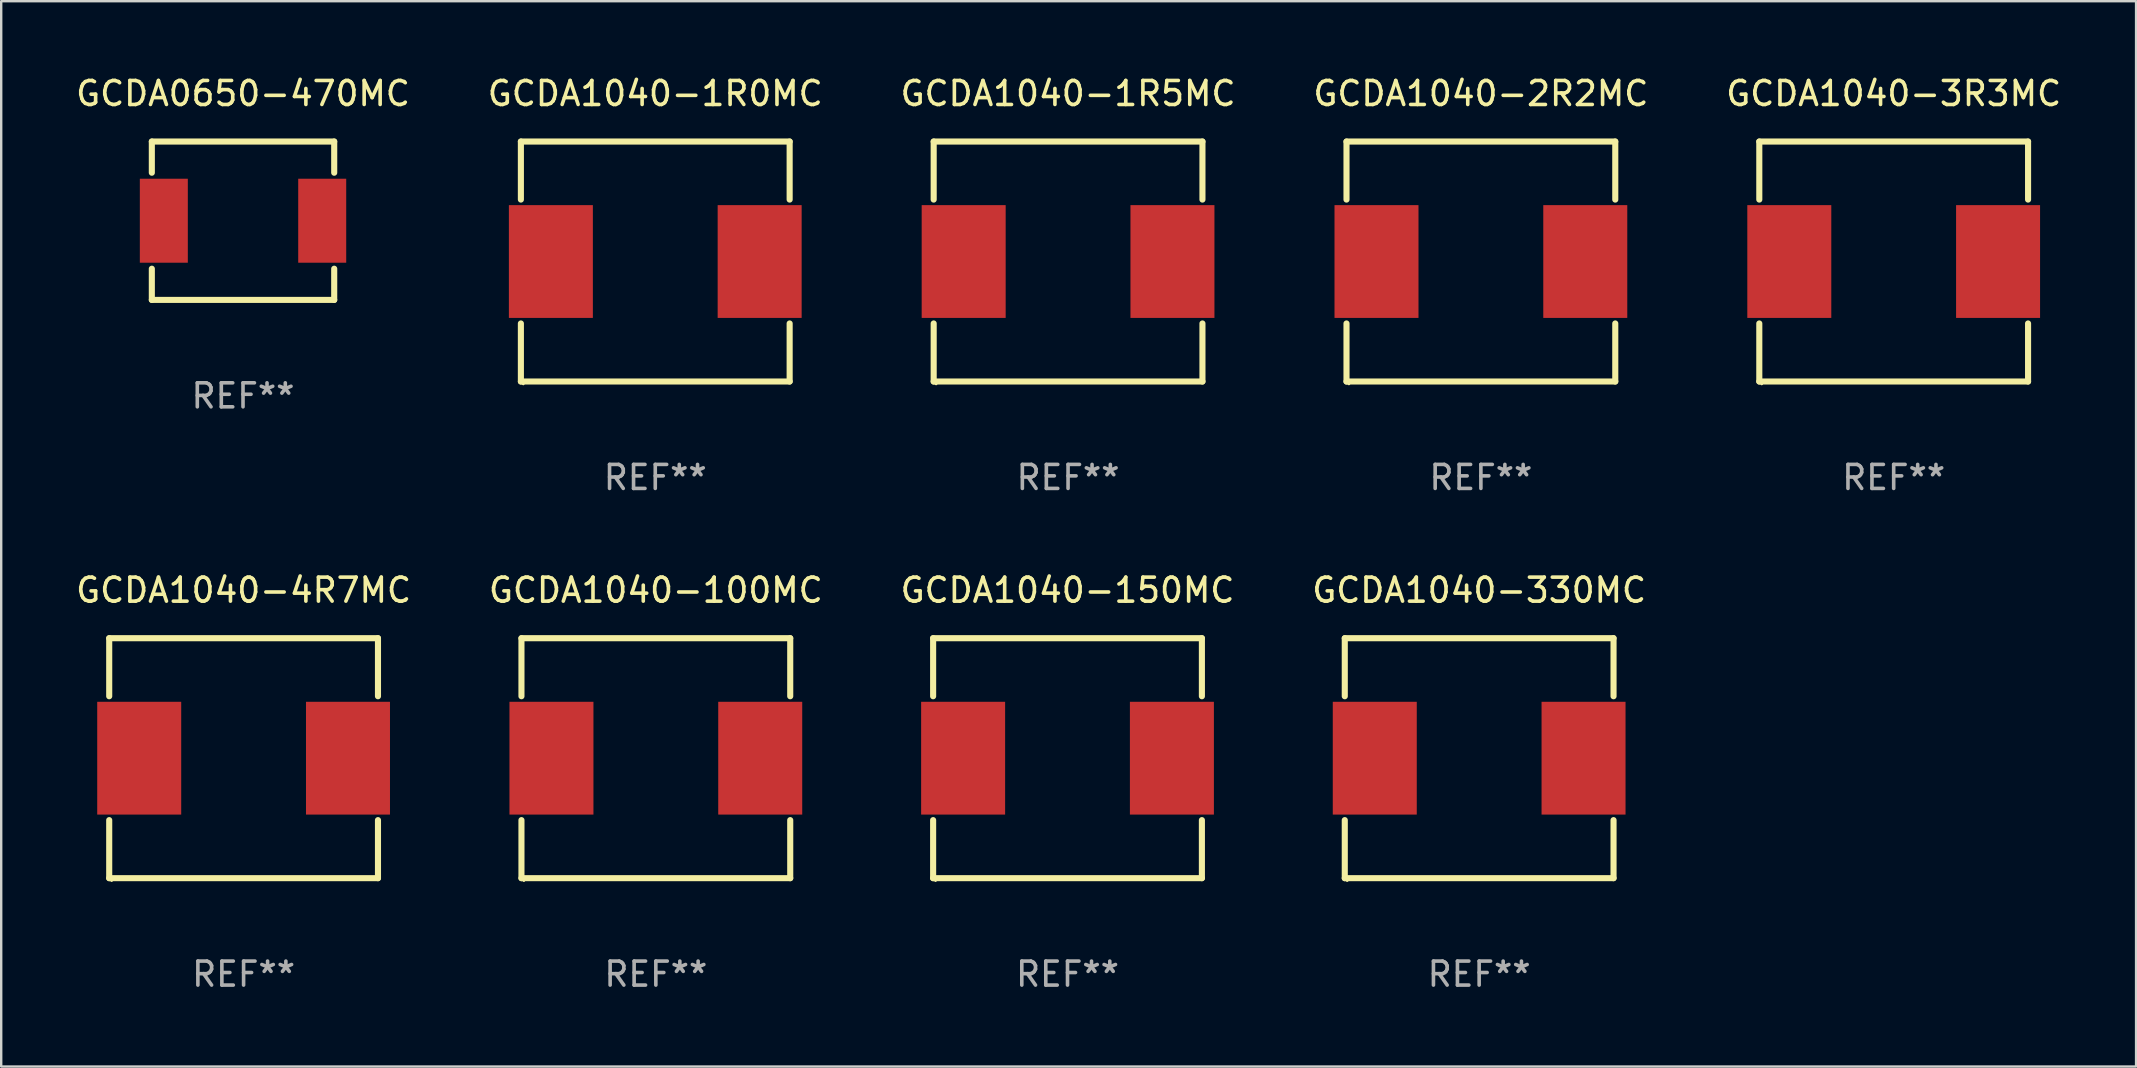
<source format=kicad_pcb>
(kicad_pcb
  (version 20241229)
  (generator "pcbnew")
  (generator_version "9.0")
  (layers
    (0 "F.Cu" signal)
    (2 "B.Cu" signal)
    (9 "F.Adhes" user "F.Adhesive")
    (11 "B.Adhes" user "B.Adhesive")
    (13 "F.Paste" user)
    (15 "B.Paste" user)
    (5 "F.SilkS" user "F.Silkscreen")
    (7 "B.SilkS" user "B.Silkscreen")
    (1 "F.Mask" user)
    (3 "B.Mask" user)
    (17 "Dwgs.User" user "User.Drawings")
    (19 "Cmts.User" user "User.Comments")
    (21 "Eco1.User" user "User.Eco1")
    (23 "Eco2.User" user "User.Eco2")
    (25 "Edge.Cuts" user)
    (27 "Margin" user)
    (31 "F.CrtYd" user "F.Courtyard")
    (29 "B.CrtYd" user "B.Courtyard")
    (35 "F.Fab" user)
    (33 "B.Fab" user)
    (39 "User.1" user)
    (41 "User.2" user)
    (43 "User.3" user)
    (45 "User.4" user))
  (footprint "GCDA1040-1R0MC"
    (layer "F.Cu")
    (at 24.256 7.848)
    (property "Reference" "GCDA1040-1R0MC" (at 0 -7 0) (layer "F.SilkS") (effects (font (size 1 1) (thickness 0.15))))
    (attr through_hole)
    (fp_line (start -5.6 -5) (end -5.6 -2.581) (stroke (width 0.254) (type solid)) (layer "F.SilkS"))
    (fp_line (start -5.6 -5) (end 5.6 -5) (stroke (width 0.254) (type solid)) (layer "F.SilkS"))
    (fp_line (start -5.6 2.581) (end -5.6 5) (stroke (width 0.254) (type solid)) (layer "F.SilkS"))
    (fp_line (start -5.6 5) (end 5.6 5) (stroke (width 0.254) (type solid)) (layer "F.SilkS"))
    (fp_line (start 5.6 -5) (end 5.6 -2.581) (stroke (width 0.254) (type solid)) (layer "F.SilkS"))
    (fp_line (start 5.6 2.581) (end 5.6 5) (stroke (width 0.254) (type solid)) (layer "F.SilkS"))
    (fp_circle (center -5.5 5.1) (end -5.47 5.1) (stroke (width 0.06) (type solid)) (fill no) (layer "F.SilkS"))
    (fp_text user "REF**" (at 0 9 0) (layer "F.Fab") (effects (font (size 1 1) (thickness 0.15))))
    (pad "1" smd rect (at -4.35 0 90) (size 4.7 3.5) (layers "F.Cu" "F.Mask" "F.Paste"))
    (pad "2" smd rect (at 4.35 0 90) (size 4.7 3.5) (layers "F.Cu" "F.Mask" "F.Paste")))
  (footprint "GCDA1040-4R7MC"
    (layer "F.Cu")
    (at 7.101 28.545)
    (property "Reference" "GCDA1040-4R7MC" (at 0 -7 0) (layer "F.SilkS") (effects (font (size 1 1) (thickness 0.15))))
    (attr through_hole)
    (fp_line (start -5.6 -5) (end -5.6 -2.581) (stroke (width 0.254) (type solid)) (layer "F.SilkS"))
    (fp_line (start -5.6 -5) (end 5.6 -5) (stroke (width 0.254) (type solid)) (layer "F.SilkS"))
    (fp_line (start -5.6 2.581) (end -5.6 5) (stroke (width 0.254) (type solid)) (layer "F.SilkS"))
    (fp_line (start -5.6 5) (end 5.6 5) (stroke (width 0.254) (type solid)) (layer "F.SilkS"))
    (fp_line (start 5.6 -5) (end 5.6 -2.581) (stroke (width 0.254) (type solid)) (layer "F.SilkS"))
    (fp_line (start 5.6 2.581) (end 5.6 5) (stroke (width 0.254) (type solid)) (layer "F.SilkS"))
    (fp_circle (center -5.5 5.1) (end -5.47 5.1) (stroke (width 0.06) (type solid)) (fill no) (layer "F.SilkS"))
    (fp_text user "REF**" (at 0 9 0) (layer "F.Fab") (effects (font (size 1 1) (thickness 0.15))))
    (pad "1" smd rect (at -4.35 0 90) (size 4.7 3.5) (layers "F.Cu" "F.Mask" "F.Paste"))
    (pad "2" smd rect (at 4.35 0 90) (size 4.7 3.5) (layers "F.Cu" "F.Mask" "F.Paste")))
  (footprint "GCDA1040-150MC"
    (layer "F.Cu")
    (at 41.435 28.545)
    (property "Reference" "GCDA1040-150MC" (at 0 -7 0) (layer "F.SilkS") (effects (font (size 1 1) (thickness 0.15))))
    (attr through_hole)
    (fp_line (start -5.6 -5) (end -5.6 -2.581) (stroke (width 0.254) (type solid)) (layer "F.SilkS"))
    (fp_line (start -5.6 -5) (end 5.6 -5) (stroke (width 0.254) (type solid)) (layer "F.SilkS"))
    (fp_line (start -5.6 2.581) (end -5.6 5) (stroke (width 0.254) (type solid)) (layer "F.SilkS"))
    (fp_line (start -5.6 5) (end 5.6 5) (stroke (width 0.254) (type solid)) (layer "F.SilkS"))
    (fp_line (start 5.6 -5) (end 5.6 -2.581) (stroke (width 0.254) (type solid)) (layer "F.SilkS"))
    (fp_line (start 5.6 2.581) (end 5.6 5) (stroke (width 0.254) (type solid)) (layer "F.SilkS"))
    (fp_circle (center -5.5 5.1) (end -5.47 5.1) (stroke (width 0.06) (type solid)) (fill no) (layer "F.SilkS"))
    (fp_text user "REF**" (at 0 9 0) (layer "F.Fab") (effects (font (size 1 1) (thickness 0.15))))
    (pad "1" smd rect (at -4.35 0 90) (size 4.7 3.5) (layers "F.Cu" "F.Mask" "F.Paste"))
    (pad "2" smd rect (at 4.35 0 90) (size 4.7 3.5) (layers "F.Cu" "F.Mask" "F.Paste")))
  (footprint "GCDA1040-330MC"
    (layer "F.Cu")
    (at 58.589 28.545)
    (property "Reference" "GCDA1040-330MC" (at 0 -7 0) (layer "F.SilkS") (effects (font (size 1 1) (thickness 0.15))))
    (attr through_hole)
    (fp_line (start -5.6 -5) (end -5.6 -2.581) (stroke (width 0.254) (type solid)) (layer "F.SilkS"))
    (fp_line (start -5.6 -5) (end 5.6 -5) (stroke (width 0.254) (type solid)) (layer "F.SilkS"))
    (fp_line (start -5.6 2.581) (end -5.6 5) (stroke (width 0.254) (type solid)) (layer "F.SilkS"))
    (fp_line (start -5.6 5) (end 5.6 5) (stroke (width 0.254) (type solid)) (layer "F.SilkS"))
    (fp_line (start 5.6 -5) (end 5.6 -2.581) (stroke (width 0.254) (type solid)) (layer "F.SilkS"))
    (fp_line (start 5.6 2.581) (end 5.6 5) (stroke (width 0.254) (type solid)) (layer "F.SilkS"))
    (fp_circle (center -5.5 5.1) (end -5.47 5.1) (stroke (width 0.06) (type solid)) (fill no) (layer "F.SilkS"))
    (fp_text user "REF**" (at 0 9 0) (layer "F.Fab") (effects (font (size 1 1) (thickness 0.15))))
    (pad "1" smd rect (at -4.35 0 90) (size 4.7 3.5) (layers "F.Cu" "F.Mask" "F.Paste"))
    (pad "2" smd rect (at 4.35 0 90) (size 4.7 3.5) (layers "F.Cu" "F.Mask" "F.Paste")))
  (footprint "GCDA1040-1R5MC"
    (layer "F.Cu")
    (at 41.458 7.848)
    (property "Reference" "GCDA1040-1R5MC" (at 0 -7 0) (layer "F.SilkS") (effects (font (size 1 1) (thickness 0.15))))
    (attr through_hole)
    (fp_line (start -5.6 -5) (end -5.6 -2.581) (stroke (width 0.254) (type solid)) (layer "F.SilkS"))
    (fp_line (start -5.6 -5) (end 5.6 -5) (stroke (width 0.254) (type solid)) (layer "F.SilkS"))
    (fp_line (start -5.6 2.581) (end -5.6 5) (stroke (width 0.254) (type solid)) (layer "F.SilkS"))
    (fp_line (start -5.6 5) (end 5.6 5) (stroke (width 0.254) (type solid)) (layer "F.SilkS"))
    (fp_line (start 5.6 -5) (end 5.6 -2.581) (stroke (width 0.254) (type solid)) (layer "F.SilkS"))
    (fp_line (start 5.6 2.581) (end 5.6 5) (stroke (width 0.254) (type solid)) (layer "F.SilkS"))
    (fp_circle (center -5.5 5.1) (end -5.47 5.1) (stroke (width 0.06) (type solid)) (fill no) (layer "F.SilkS"))
    (fp_text user "REF**" (at 0 9 0) (layer "F.Fab") (effects (font (size 1 1) (thickness 0.15))))
    (pad "1" smd rect (at -4.35 0 90) (size 4.7 3.5) (layers "F.Cu" "F.Mask" "F.Paste"))
    (pad "2" smd rect (at 4.35 0 90) (size 4.7 3.5) (layers "F.Cu" "F.Mask" "F.Paste")))
  (footprint "GCDA1040-2R2MC"
    (layer "F.Cu")
    (at 58.661 7.848)
    (property "Reference" "GCDA1040-2R2MC" (at 0 -7 0) (layer "F.SilkS") (effects (font (size 1 1) (thickness 0.15))))
    (attr through_hole)
    (fp_line (start -5.6 -5) (end -5.6 -2.581) (stroke (width 0.254) (type solid)) (layer "F.SilkS"))
    (fp_line (start -5.6 -5) (end 5.6 -5) (stroke (width 0.254) (type solid)) (layer "F.SilkS"))
    (fp_line (start -5.6 2.581) (end -5.6 5) (stroke (width 0.254) (type solid)) (layer "F.SilkS"))
    (fp_line (start -5.6 5) (end 5.6 5) (stroke (width 0.254) (type solid)) (layer "F.SilkS"))
    (fp_line (start 5.6 -5) (end 5.6 -2.581) (stroke (width 0.254) (type solid)) (layer "F.SilkS"))
    (fp_line (start 5.6 2.581) (end 5.6 5) (stroke (width 0.254) (type solid)) (layer "F.SilkS"))
    (fp_circle (center -5.5 5.1) (end -5.47 5.1) (stroke (width 0.06) (type solid)) (fill no) (layer "F.SilkS"))
    (fp_text user "REF**" (at 0 9 0) (layer "F.Fab") (effects (font (size 1 1) (thickness 0.15))))
    (pad "1" smd rect (at -4.35 0 90) (size 4.7 3.5) (layers "F.Cu" "F.Mask" "F.Paste"))
    (pad "2" smd rect (at 4.35 0 90) (size 4.7 3.5) (layers "F.Cu" "F.Mask" "F.Paste")))
  (footprint "GCDA1040-100MC"
    (layer "F.Cu")
    (at 24.28 28.545)
    (property "Reference" "GCDA1040-100MC" (at 0 -7 0) (layer "F.SilkS") (effects (font (size 1 1) (thickness 0.15))))
    (attr through_hole)
    (fp_line (start -5.6 -5) (end -5.6 -2.581) (stroke (width 0.254) (type solid)) (layer "F.SilkS"))
    (fp_line (start -5.6 -5) (end 5.6 -5) (stroke (width 0.254) (type solid)) (layer "F.SilkS"))
    (fp_line (start -5.6 2.581) (end -5.6 5) (stroke (width 0.254) (type solid)) (layer "F.SilkS"))
    (fp_line (start -5.6 5) (end 5.6 5) (stroke (width 0.254) (type solid)) (layer "F.SilkS"))
    (fp_line (start 5.6 -5) (end 5.6 -2.581) (stroke (width 0.254) (type solid)) (layer "F.SilkS"))
    (fp_line (start 5.6 2.581) (end 5.6 5) (stroke (width 0.254) (type solid)) (layer "F.SilkS"))
    (fp_circle (center -5.5 5.1) (end -5.47 5.1) (stroke (width 0.06) (type solid)) (fill no) (layer "F.SilkS"))
    (fp_text user "REF**" (at 0 9 0) (layer "F.Fab") (effects (font (size 1 1) (thickness 0.15))))
    (pad "1" smd rect (at -4.35 0 90) (size 4.7 3.5) (layers "F.Cu" "F.Mask" "F.Paste"))
    (pad "2" smd rect (at 4.35 0 90) (size 4.7 3.5) (layers "F.Cu" "F.Mask" "F.Paste")))
  (footprint "GCDA1040-3R3MC"
    (layer "F.Cu")
    (at 75.863 7.848)
    (property "Reference" "GCDA1040-3R3MC" (at 0 -7 0) (layer "F.SilkS") (effects (font (size 1 1) (thickness 0.15))))
    (attr through_hole)
    (fp_line (start -5.6 -5) (end -5.6 -2.581) (stroke (width 0.254) (type solid)) (layer "F.SilkS"))
    (fp_line (start -5.6 -5) (end 5.6 -5) (stroke (width 0.254) (type solid)) (layer "F.SilkS"))
    (fp_line (start -5.6 2.581) (end -5.6 5) (stroke (width 0.254) (type solid)) (layer "F.SilkS"))
    (fp_line (start -5.6 5) (end 5.6 5) (stroke (width 0.254) (type solid)) (layer "F.SilkS"))
    (fp_line (start 5.6 -5) (end 5.6 -2.581) (stroke (width 0.254) (type solid)) (layer "F.SilkS"))
    (fp_line (start 5.6 2.581) (end 5.6 5) (stroke (width 0.254) (type solid)) (layer "F.SilkS"))
    (fp_circle (center -5.5 5.1) (end -5.47 5.1) (stroke (width 0.06) (type solid)) (fill no) (layer "F.SilkS"))
    (fp_text user "REF**" (at 0 9 0) (layer "F.Fab") (effects (font (size 1 1) (thickness 0.15))))
    (pad "1" smd rect (at -4.35 0 90) (size 4.7 3.5) (layers "F.Cu" "F.Mask" "F.Paste"))
    (pad "2" smd rect (at 4.35 0 90) (size 4.7 3.5) (layers "F.Cu" "F.Mask" "F.Paste")))
  (footprint "GCDA0650-470MC"
    (layer "F.Cu")
    (at 7.077 6.148)
    (property "Reference" "GCDA0650-470MC" (at 0 -5.3 0) (layer "F.SilkS") (effects (font (size 1 1) (thickness 0.15))))
    (attr through_hole)
    (fp_line (start -3.8 -3.3) (end -3.8 -2) (stroke (width 0.254) (type solid)) (layer "F.SilkS"))
    (fp_line (start -3.8 -3.3) (end 3.8 -3.3) (stroke (width 0.254) (type solid)) (layer "F.SilkS"))
    (fp_line (start -3.8 2) (end -3.8 3.3) (stroke (width 0.254) (type solid)) (layer "F.SilkS"))
    (fp_line (start 3.8 -3.3) (end 3.8 -2) (stroke (width 0.254) (type solid)) (layer "F.SilkS"))
    (fp_line (start 3.8 2) (end 3.8 3.3) (stroke (width 0.254) (type solid)) (layer "F.SilkS"))
    (fp_line (start 3.8 3.3) (end -3.8 3.3) (stroke (width 0.254) (type solid)) (layer "F.SilkS"))
    (fp_circle (center -3.8 3.3) (end -3.77 3.3) (stroke (width 0.06) (type solid)) (fill no) (layer "F.SilkS"))
    (fp_text user "REF**" (at 0 7.3 0) (layer "F.Fab") (effects (font (size 1 1) (thickness 0.15))))
    (pad "1" smd rect (at -3.3 0) (size 2 3.5) (layers "F.Cu" "F.Mask" "F.Paste"))
    (pad "2" smd rect (at 3.3 0) (size 2 3.5) (layers "F.Cu" "F.Mask" "F.Paste")))
  (gr_rect
    (start -3 -3)
    (end 85.964 41.393)
    (stroke (width 0.1) (type default))
    (fill no)
    (layer "Edge.Cuts")))
</source>
